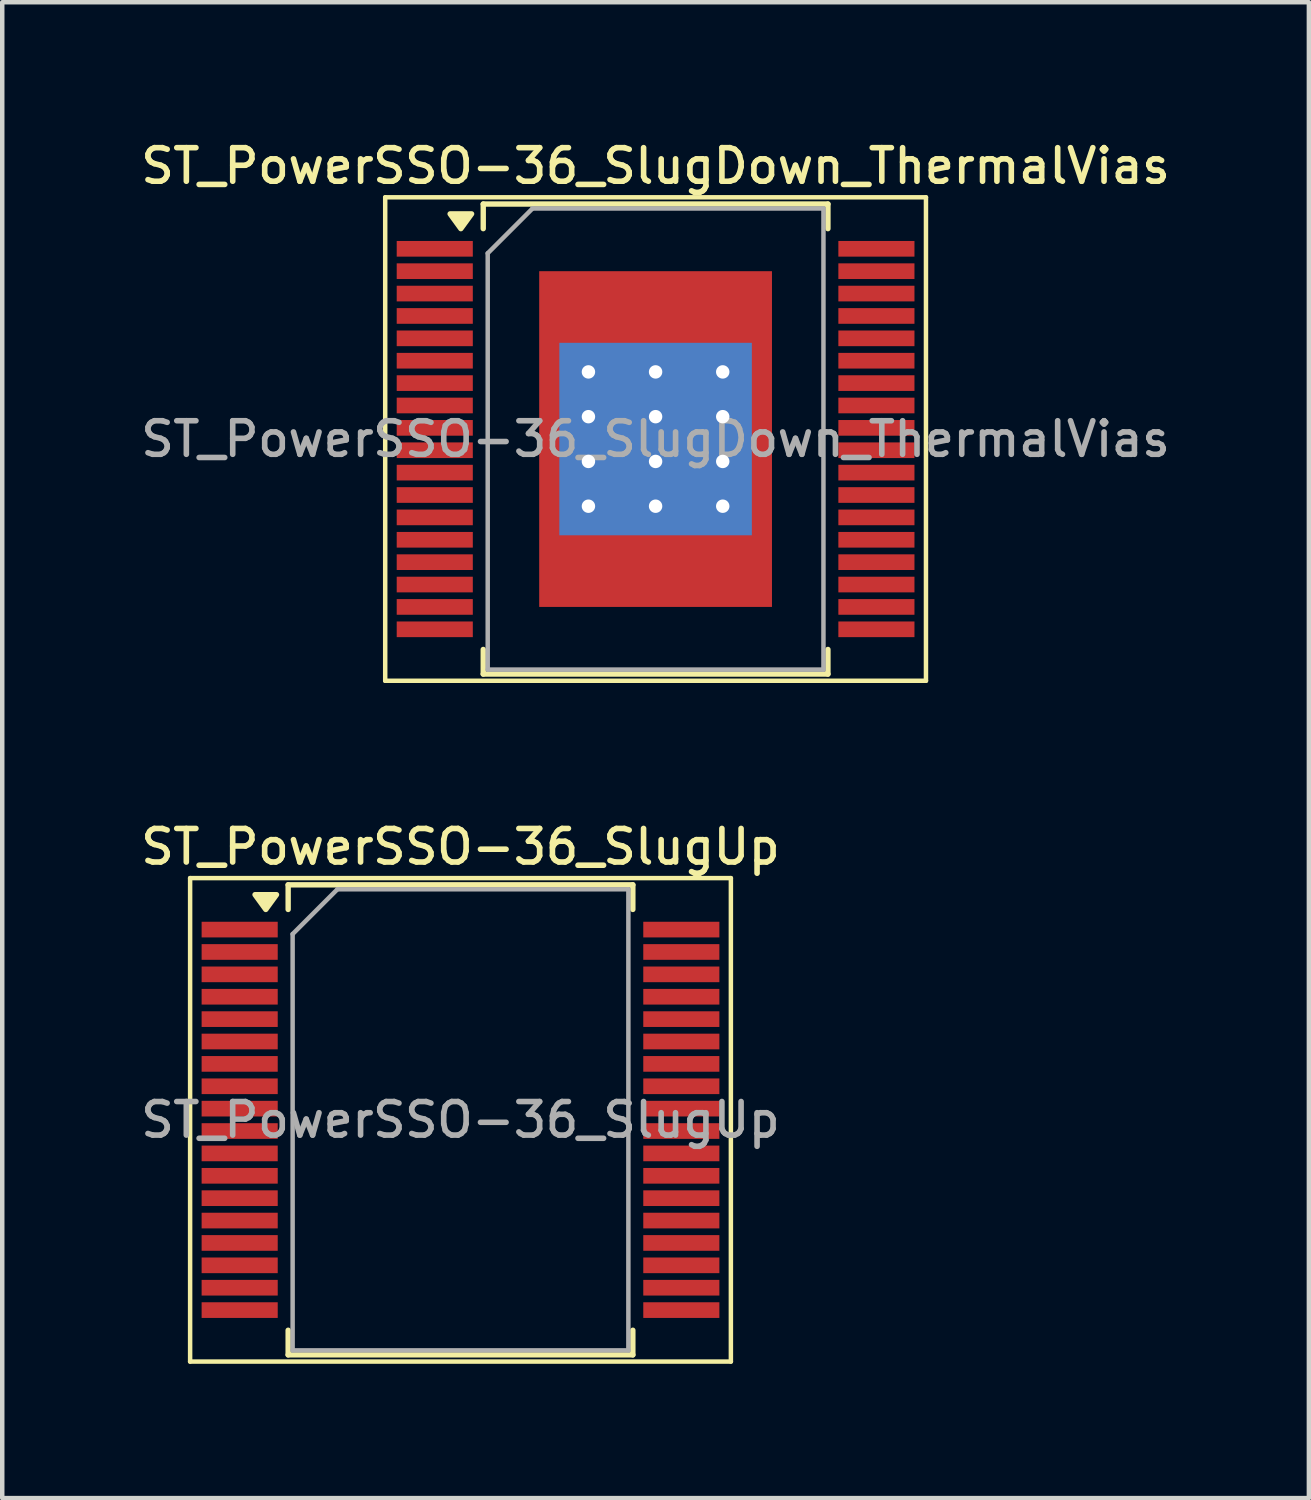
<source format=kicad_pcb>
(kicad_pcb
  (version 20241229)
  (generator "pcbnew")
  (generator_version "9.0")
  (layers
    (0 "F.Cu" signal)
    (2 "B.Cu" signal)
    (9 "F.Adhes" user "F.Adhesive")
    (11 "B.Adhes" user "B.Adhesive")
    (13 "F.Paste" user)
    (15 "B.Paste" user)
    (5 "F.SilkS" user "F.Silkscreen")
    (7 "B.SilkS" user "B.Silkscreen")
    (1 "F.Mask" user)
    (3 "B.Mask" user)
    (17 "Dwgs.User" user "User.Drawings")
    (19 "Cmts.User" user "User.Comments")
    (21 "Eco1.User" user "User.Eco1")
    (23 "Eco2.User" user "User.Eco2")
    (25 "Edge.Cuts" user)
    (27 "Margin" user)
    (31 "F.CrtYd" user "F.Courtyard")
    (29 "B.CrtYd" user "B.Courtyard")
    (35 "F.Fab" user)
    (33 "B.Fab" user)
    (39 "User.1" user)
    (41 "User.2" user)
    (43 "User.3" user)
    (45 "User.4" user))
  (footprint "ST_PowerSSO-36_SlugUp"
    (layer "F.Cu")
    (at 7.237 21.966)
    (property "Reference" "ST_PowerSSO-36_SlugUp" (at 0 -6.1 0) (layer "F.SilkS") (effects (font (size 0.75 0.75) (thickness 0.125))))
    (attr smd)
    (fp_line (start -6.04 -5.4) (end -6.04 5.4) (stroke (width 0.1) (type solid)) (layer "F.SilkS"))
    (fp_line (start -6.04 -5.4) (end 6.04 -5.4) (stroke (width 0.1) (type solid)) (layer "F.SilkS"))
    (fp_line (start -3.85 -5.25) (end -3.85 -4.7) (stroke (width 0.12) (type solid)) (layer "F.SilkS"))
    (fp_line (start -3.85 5.25) (end -3.85 4.7) (stroke (width 0.12) (type solid)) (layer "F.SilkS"))
    (fp_line (start 3.85 -5.25) (end -3.85 -5.25) (stroke (width 0.12) (type solid)) (layer "F.SilkS"))
    (fp_line (start 3.85 -5.25) (end 3.85 -4.7) (stroke (width 0.12) (type solid)) (layer "F.SilkS"))
    (fp_line (start 3.85 5.25) (end -3.85 5.25) (stroke (width 0.12) (type solid)) (layer "F.SilkS"))
    (fp_line (start 3.85 5.25) (end 3.85 4.7) (stroke (width 0.12) (type solid)) (layer "F.SilkS"))
    (fp_line (start 6.04 5.4) (end -6.04 5.4) (stroke (width 0.1) (type solid)) (layer "F.SilkS"))
    (fp_line (start 6.04 5.4) (end 6.04 -5.4) (stroke (width 0.1) (type solid)) (layer "F.SilkS"))
    (fp_poly (pts (xy -4.35 -4.7) (xy -4.59 -5.03) (xy -4.11 -5.03) (xy -4.35 -4.7)) (stroke (width 0.12) (type solid)) (fill yes) (layer "F.SilkS"))
    (fp_line (start -3.75 -4.15) (end -3.75 5.15) (stroke (width 0.1) (type solid)) (layer "F.Fab"))
    (fp_line (start -3.75 5.15) (end 3.75 5.15) (stroke (width 0.1) (type solid)) (layer "F.Fab"))
    (fp_line (start -2.75 -5.15) (end -3.75 -4.15) (stroke (width 0.1) (type solid)) (layer "F.Fab"))
    (fp_line (start 3.75 -5.15) (end -2.75 -5.15) (stroke (width 0.1) (type solid)) (layer "F.Fab"))
    (fp_line (start 3.75 5.15) (end 3.75 -5.15) (stroke (width 0.1) (type solid)) (layer "F.Fab"))
    (fp_text user "${REFERENCE}" (at 0 0 0) (layer "F.Fab") (effects (font (size 0.75 0.75) (thickness 0.125))))
    (pad "1" smd rect (at -4.933 -4.25) (size 1.7 0.35) (layers "F.Cu" "F.Mask" "F.Paste"))
    (pad "2" smd rect (at -4.933 -3.75) (size 1.7 0.35) (layers "F.Cu" "F.Mask" "F.Paste"))
    (pad "3" smd rect (at -4.933 -3.25) (size 1.7 0.35) (layers "F.Cu" "F.Mask" "F.Paste"))
    (pad "4" smd rect (at -4.933 -2.75) (size 1.7 0.35) (layers "F.Cu" "F.Mask" "F.Paste"))
    (pad "5" smd rect (at -4.933 -2.25) (size 1.7 0.35) (layers "F.Cu" "F.Mask" "F.Paste"))
    (pad "6" smd rect (at -4.933 -1.75) (size 1.7 0.35) (layers "F.Cu" "F.Mask" "F.Paste"))
    (pad "7" smd rect (at -4.933 -1.25) (size 1.7 0.35) (layers "F.Cu" "F.Mask" "F.Paste"))
    (pad "8" smd rect (at -4.933 -0.75) (size 1.7 0.35) (layers "F.Cu" "F.Mask" "F.Paste"))
    (pad "9" smd rect (at -4.933 -0.25) (size 1.7 0.35) (layers "F.Cu" "F.Mask" "F.Paste"))
    (pad "10" smd rect (at -4.933 0.25) (size 1.7 0.35) (layers "F.Cu" "F.Mask" "F.Paste"))
    (pad "11" smd rect (at -4.933 0.75) (size 1.7 0.35) (layers "F.Cu" "F.Mask" "F.Paste"))
    (pad "12" smd rect (at -4.933 1.25) (size 1.7 0.35) (layers "F.Cu" "F.Mask" "F.Paste"))
    (pad "13" smd rect (at -4.933 1.75) (size 1.7 0.35) (layers "F.Cu" "F.Mask" "F.Paste"))
    (pad "14" smd rect (at -4.933 2.25) (size 1.7 0.35) (layers "F.Cu" "F.Mask" "F.Paste"))
    (pad "15" smd rect (at -4.933 2.75) (size 1.7 0.35) (layers "F.Cu" "F.Mask" "F.Paste"))
    (pad "16" smd rect (at -4.933 3.25) (size 1.7 0.35) (layers "F.Cu" "F.Mask" "F.Paste"))
    (pad "17" smd rect (at -4.933 3.75) (size 1.7 0.35) (layers "F.Cu" "F.Mask" "F.Paste"))
    (pad "18" smd rect (at -4.933 4.25) (size 1.7 0.35) (layers "F.Cu" "F.Mask" "F.Paste"))
    (pad "19" smd rect (at 4.933 4.25) (size 1.7 0.35) (layers "F.Cu" "F.Mask" "F.Paste"))
    (pad "20" smd rect (at 4.933 3.75) (size 1.7 0.35) (layers "F.Cu" "F.Mask" "F.Paste"))
    (pad "21" smd rect (at 4.933 3.25) (size 1.7 0.35) (layers "F.Cu" "F.Mask" "F.Paste"))
    (pad "22" smd rect (at 4.933 2.75) (size 1.7 0.35) (layers "F.Cu" "F.Mask" "F.Paste"))
    (pad "23" smd rect (at 4.933 2.25) (size 1.7 0.35) (layers "F.Cu" "F.Mask" "F.Paste"))
    (pad "24" smd rect (at 4.933 1.75) (size 1.7 0.35) (layers "F.Cu" "F.Mask" "F.Paste"))
    (pad "25" smd rect (at 4.933 1.25) (size 1.7 0.35) (layers "F.Cu" "F.Mask" "F.Paste"))
    (pad "26" smd rect (at 4.933 0.75) (size 1.7 0.35) (layers "F.Cu" "F.Mask" "F.Paste"))
    (pad "27" smd rect (at 4.933 0.25) (size 1.7 0.35) (layers "F.Cu" "F.Mask" "F.Paste"))
    (pad "28" smd rect (at 4.933 -0.25) (size 1.7 0.35) (layers "F.Cu" "F.Mask" "F.Paste"))
    (pad "29" smd rect (at 4.933 -0.75) (size 1.7 0.35) (layers "F.Cu" "F.Mask" "F.Paste"))
    (pad "30" smd rect (at 4.933 -1.25) (size 1.7 0.35) (layers "F.Cu" "F.Mask" "F.Paste"))
    (pad "31" smd rect (at 4.933 -1.75) (size 1.7 0.35) (layers "F.Cu" "F.Mask" "F.Paste"))
    (pad "32" smd rect (at 4.933 -2.25) (size 1.7 0.35) (layers "F.Cu" "F.Mask" "F.Paste"))
    (pad "33" smd rect (at 4.933 -2.75) (size 1.7 0.35) (layers "F.Cu" "F.Mask" "F.Paste"))
    (pad "34" smd rect (at 4.933 -3.25) (size 1.7 0.35) (layers "F.Cu" "F.Mask" "F.Paste"))
    (pad "35" smd rect (at 4.933 -3.75) (size 1.7 0.35) (layers "F.Cu" "F.Mask" "F.Paste"))
    (pad "36" smd rect (at 4.933 -4.25) (size 1.7 0.35) (layers "F.Cu" "F.Mask" "F.Paste")))
  (footprint "ST_PowerSSO-36_SlugDown_ThermalVias"
    (layer "F.Cu")
    (at 11.595 6.758)
    (property "Reference" "ST_PowerSSO-36_SlugDown_ThermalVias" (at 0 -6.1 0) (layer "F.SilkS") (effects (font (size 0.75 0.75) (thickness 0.125))))
    (attr smd)
    (fp_line (start -6.04 -5.4) (end -6.04 5.4) (stroke (width 0.1) (type solid)) (layer "F.SilkS"))
    (fp_line (start -6.04 -5.4) (end 6.04 -5.4) (stroke (width 0.1) (type solid)) (layer "F.SilkS"))
    (fp_line (start -3.85 -5.25) (end -3.85 -4.7) (stroke (width 0.12) (type solid)) (layer "F.SilkS"))
    (fp_line (start -3.85 5.25) (end -3.85 4.7) (stroke (width 0.12) (type solid)) (layer "F.SilkS"))
    (fp_line (start 3.85 -5.25) (end -3.85 -5.25) (stroke (width 0.12) (type solid)) (layer "F.SilkS"))
    (fp_line (start 3.85 -5.25) (end 3.85 -4.7) (stroke (width 0.12) (type solid)) (layer "F.SilkS"))
    (fp_line (start 3.85 5.25) (end -3.85 5.25) (stroke (width 0.12) (type solid)) (layer "F.SilkS"))
    (fp_line (start 3.85 5.25) (end 3.85 4.7) (stroke (width 0.12) (type solid)) (layer "F.SilkS"))
    (fp_line (start 6.04 5.4) (end -6.04 5.4) (stroke (width 0.1) (type solid)) (layer "F.SilkS"))
    (fp_line (start 6.04 5.4) (end 6.04 -5.4) (stroke (width 0.1) (type solid)) (layer "F.SilkS"))
    (fp_poly (pts (xy -4.35 -4.7) (xy -4.59 -5.03) (xy -4.11 -5.03) (xy -4.35 -4.7)) (stroke (width 0.12) (type solid)) (fill yes) (layer "F.SilkS"))
    (fp_line (start -3.75 -4.15) (end -3.75 5.15) (stroke (width 0.1) (type solid)) (layer "F.Fab"))
    (fp_line (start -3.75 5.15) (end 3.75 5.15) (stroke (width 0.1) (type solid)) (layer "F.Fab"))
    (fp_line (start -2.75 -5.15) (end -3.75 -4.15) (stroke (width 0.1) (type solid)) (layer "F.Fab"))
    (fp_line (start 3.75 -5.15) (end -2.75 -5.15) (stroke (width 0.1) (type solid)) (layer "F.Fab"))
    (fp_line (start 3.75 5.15) (end 3.75 -5.15) (stroke (width 0.1) (type solid)) (layer "F.Fab"))
    (fp_text user "${REFERENCE}" (at 0 0 0) (layer "F.Fab") (effects (font (size 0.75 0.75) (thickness 0.125))))
    (pad "1" smd rect (at -4.933 -4.25) (size 1.7 0.35) (layers "F.Cu" "F.Mask" "F.Paste"))
    (pad "2" smd rect (at -4.933 -3.75) (size 1.7 0.35) (layers "F.Cu" "F.Mask" "F.Paste"))
    (pad "3" smd rect (at -4.933 -3.25) (size 1.7 0.35) (layers "F.Cu" "F.Mask" "F.Paste"))
    (pad "4" smd rect (at -4.933 -2.75) (size 1.7 0.35) (layers "F.Cu" "F.Mask" "F.Paste"))
    (pad "5" smd rect (at -4.933 -2.25) (size 1.7 0.35) (layers "F.Cu" "F.Mask" "F.Paste"))
    (pad "6" smd rect (at -4.933 -1.75) (size 1.7 0.35) (layers "F.Cu" "F.Mask" "F.Paste"))
    (pad "7" smd rect (at -4.933 -1.25) (size 1.7 0.35) (layers "F.Cu" "F.Mask" "F.Paste"))
    (pad "8" smd rect (at -4.933 -0.75) (size 1.7 0.35) (layers "F.Cu" "F.Mask" "F.Paste"))
    (pad "9" smd rect (at -4.933 -0.25) (size 1.7 0.35) (layers "F.Cu" "F.Mask" "F.Paste"))
    (pad "10" smd rect (at -4.933 0.25) (size 1.7 0.35) (layers "F.Cu" "F.Mask" "F.Paste"))
    (pad "11" smd rect (at -4.933 0.75) (size 1.7 0.35) (layers "F.Cu" "F.Mask" "F.Paste"))
    (pad "12" smd rect (at -4.933 1.25) (size 1.7 0.35) (layers "F.Cu" "F.Mask" "F.Paste"))
    (pad "13" smd rect (at -4.933 1.75) (size 1.7 0.35) (layers "F.Cu" "F.Mask" "F.Paste"))
    (pad "14" smd rect (at -4.933 2.25) (size 1.7 0.35) (layers "F.Cu" "F.Mask" "F.Paste"))
    (pad "15" smd rect (at -4.933 2.75) (size 1.7 0.35) (layers "F.Cu" "F.Mask" "F.Paste"))
    (pad "16" smd rect (at -4.933 3.25) (size 1.7 0.35) (layers "F.Cu" "F.Mask" "F.Paste"))
    (pad "17" smd rect (at -4.933 3.75) (size 1.7 0.35) (layers "F.Cu" "F.Mask" "F.Paste"))
    (pad "18" smd rect (at -4.933 4.25) (size 1.7 0.35) (layers "F.Cu" "F.Mask" "F.Paste"))
    (pad "19" smd rect (at 4.933 4.25) (size 1.7 0.35) (layers "F.Cu" "F.Mask" "F.Paste"))
    (pad "20" smd rect (at 4.933 3.75) (size 1.7 0.35) (layers "F.Cu" "F.Mask" "F.Paste"))
    (pad "21" smd rect (at 4.933 3.25) (size 1.7 0.35) (layers "F.Cu" "F.Mask" "F.Paste"))
    (pad "22" smd rect (at 4.933 2.75) (size 1.7 0.35) (layers "F.Cu" "F.Mask" "F.Paste"))
    (pad "23" smd rect (at 4.933 2.25) (size 1.7 0.35) (layers "F.Cu" "F.Mask" "F.Paste"))
    (pad "24" smd rect (at 4.933 1.75) (size 1.7 0.35) (layers "F.Cu" "F.Mask" "F.Paste"))
    (pad "25" smd rect (at 4.933 1.25) (size 1.7 0.35) (layers "F.Cu" "F.Mask" "F.Paste"))
    (pad "26" smd rect (at 4.933 0.75) (size 1.7 0.35) (layers "F.Cu" "F.Mask" "F.Paste"))
    (pad "27" smd rect (at 4.933 0.25) (size 1.7 0.35) (layers "F.Cu" "F.Mask" "F.Paste"))
    (pad "28" smd rect (at 4.933 -0.25) (size 1.7 0.35) (layers "F.Cu" "F.Mask" "F.Paste"))
    (pad "29" smd rect (at 4.933 -0.75) (size 1.7 0.35) (layers "F.Cu" "F.Mask" "F.Paste"))
    (pad "30" smd rect (at 4.933 -1.25) (size 1.7 0.35) (layers "F.Cu" "F.Mask" "F.Paste"))
    (pad "31" smd rect (at 4.933 -1.75) (size 1.7 0.35) (layers "F.Cu" "F.Mask" "F.Paste"))
    (pad "32" smd rect (at 4.933 -2.25) (size 1.7 0.35) (layers "F.Cu" "F.Mask" "F.Paste"))
    (pad "33" smd rect (at 4.933 -2.75) (size 1.7 0.35) (layers "F.Cu" "F.Mask" "F.Paste"))
    (pad "34" smd rect (at 4.933 -3.25) (size 1.7 0.35) (layers "F.Cu" "F.Mask" "F.Paste"))
    (pad "35" smd rect (at 4.933 -3.75) (size 1.7 0.35) (layers "F.Cu" "F.Mask" "F.Paste"))
    (pad "36" smd rect (at 4.933 -4.25) (size 1.7 0.35) (layers "F.Cu" "F.Mask" "F.Paste"))
    (pad "37" thru_hole circle (at -1.5 -1.5) (size 0.6 0.6) (drill 0.3) (layers "*.Cu"))
    (pad "37" thru_hole circle (at -1.5 -0.5) (size 0.6 0.6) (drill 0.3) (layers "*.Cu"))
    (pad "37" thru_hole circle (at -1.5 0.5) (size 0.6 0.6) (drill 0.3) (layers "*.Cu"))
    (pad "37" thru_hole circle (at -1.5 1.5) (size 0.6 0.6) (drill 0.3) (layers "*.Cu"))
    (pad "37" thru_hole circle (at 0 -1.5) (size 0.6 0.6) (drill 0.3) (layers "*.Cu"))
    (pad "37" thru_hole circle (at 0 -0.5) (size 0.6 0.6) (drill 0.3) (layers "*.Cu"))
    (pad "37" smd rect (at 0 0) (size 4.3 4.3) (layers "B.Cu"))
    (pad "37" smd rect (at 0 0) (size 5.2 7.5) (layers "F.Cu" "F.Mask" "F.Paste"))
    (pad "37" thru_hole circle (at 0 0.5) (size 0.6 0.6) (drill 0.3) (layers "*.Cu"))
    (pad "37" thru_hole circle (at 0 1.5) (size 0.6 0.6) (drill 0.3) (layers "*.Cu"))
    (pad "37" thru_hole circle (at 1.5 -1.5) (size 0.6 0.6) (drill 0.3) (layers "*.Cu"))
    (pad "37" thru_hole circle (at 1.5 -0.5) (size 0.6 0.6) (drill 0.3) (layers "*.Cu"))
    (pad "37" thru_hole circle (at 1.5 0.5) (size 0.6 0.6) (drill 0.3) (layers "*.Cu"))
    (pad "37" thru_hole circle (at 1.5 1.5) (size 0.6 0.6) (drill 0.3) (layers "*.Cu")))
  (gr_rect
    (start -3 -3)
    (end 26.189 30.416)
    (stroke (width 0.1) (type default))
    (fill no)
    (layer "Edge.Cuts")))
</source>
